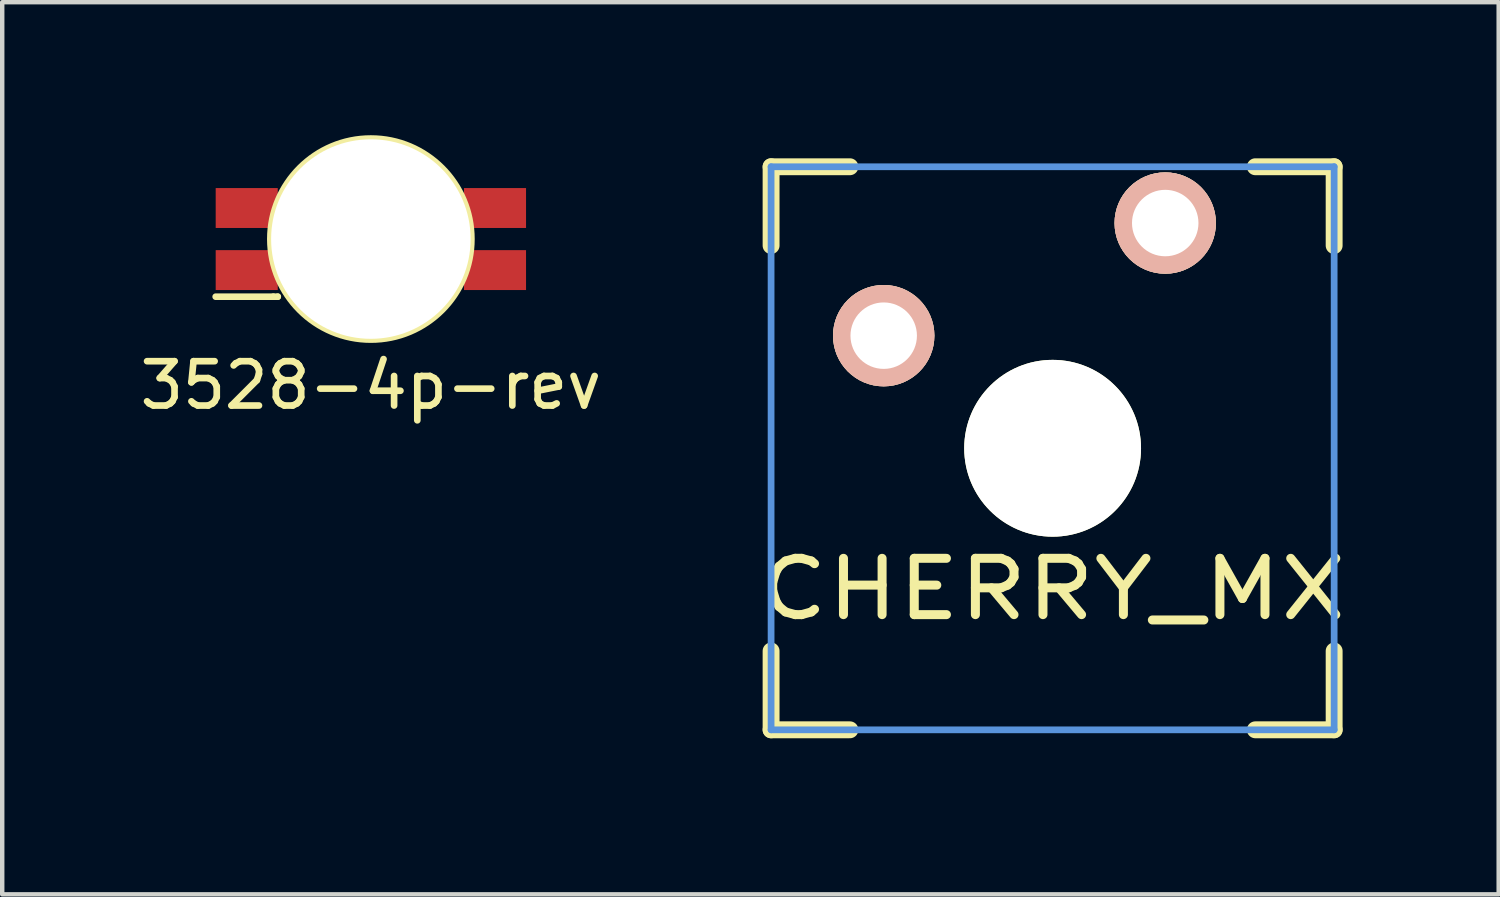
<source format=kicad_pcb>
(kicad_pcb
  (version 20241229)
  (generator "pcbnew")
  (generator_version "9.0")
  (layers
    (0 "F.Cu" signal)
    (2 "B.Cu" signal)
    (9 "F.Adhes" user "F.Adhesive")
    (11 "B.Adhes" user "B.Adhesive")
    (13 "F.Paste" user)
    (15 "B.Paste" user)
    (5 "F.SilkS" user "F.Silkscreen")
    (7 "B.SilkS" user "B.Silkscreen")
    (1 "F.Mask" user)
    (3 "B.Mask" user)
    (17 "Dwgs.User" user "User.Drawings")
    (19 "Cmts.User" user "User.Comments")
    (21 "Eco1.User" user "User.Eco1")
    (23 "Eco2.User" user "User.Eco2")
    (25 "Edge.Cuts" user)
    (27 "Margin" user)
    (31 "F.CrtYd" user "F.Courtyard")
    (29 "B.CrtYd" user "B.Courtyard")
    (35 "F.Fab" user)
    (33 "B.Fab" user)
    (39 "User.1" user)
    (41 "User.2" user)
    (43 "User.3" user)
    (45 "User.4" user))
  (footprint "CHERRY_MX"
    (layer "F.Cu")
    (at 20.692 7.061)
    (property "Reference" "CHERRY_MX" (at 0 3.175 0) (layer "F.SilkS") (effects (font (size 1.27 1.524) (thickness 0.203))))
    (attr through_hole)
    (fp_line (start -6.35 -6.35) (end -4.572 -6.35) (stroke (width 0.381) (type solid)) (layer "F.SilkS"))
    (fp_line (start -6.35 -4.572) (end -6.35 -6.35) (stroke (width 0.381) (type solid)) (layer "F.SilkS"))
    (fp_line (start -6.35 6.35) (end -6.35 4.572) (stroke (width 0.381) (type solid)) (layer "F.SilkS"))
    (fp_line (start -4.572 6.35) (end -6.35 6.35) (stroke (width 0.381) (type solid)) (layer "F.SilkS"))
    (fp_line (start 4.572 -6.35) (end 6.35 -6.35) (stroke (width 0.381) (type solid)) (layer "F.SilkS"))
    (fp_line (start 6.35 -6.35) (end 6.35 -4.572) (stroke (width 0.381) (type solid)) (layer "F.SilkS"))
    (fp_line (start 6.35 4.572) (end 6.35 6.35) (stroke (width 0.381) (type solid)) (layer "F.SilkS"))
    (fp_line (start 6.35 6.35) (end 4.572 6.35) (stroke (width 0.381) (type solid)) (layer "F.SilkS"))
    (fp_line (start -6.35 -6.35) (end 6.35 -6.35) (stroke (width 0.152) (type solid)) (layer "Cmts.User"))
    (fp_line (start -6.35 6.35) (end -6.35 -6.35) (stroke (width 0.152) (type solid)) (layer "Cmts.User"))
    (fp_line (start 6.35 -6.35) (end 6.35 6.35) (stroke (width 0.152) (type solid)) (layer "Cmts.User"))
    (fp_line (start 6.35 6.35) (end -6.35 6.35) (stroke (width 0.152) (type solid)) (layer "Cmts.User"))
    (fp_line (start -6.985 -6.985) (end 6.985 -6.985) (stroke (width 0.152) (type solid)) (layer "Eco2.User"))
    (fp_line (start -6.985 6.985) (end -6.985 -6.985) (stroke (width 0.152) (type solid)) (layer "Eco2.User"))
    (fp_line (start 6.985 -6.985) (end 6.985 6.985) (stroke (width 0.152) (type solid)) (layer "Eco2.User"))
    (fp_line (start 6.985 6.985) (end -6.985 6.985) (stroke (width 0.152) (type solid)) (layer "Eco2.User"))
    (pad "" np_thru_hole circle (at 0 0) (size 3.988 3.988) (drill 3.988) (layers "*.Cu" "*.Mask" "F.SilkS"))
    (pad "1" thru_hole circle (at 2.54 -5.08) (size 2.286 2.286) (drill 1.499) (layers "*.Cu" "*.SilkS" "*.Mask"))
    (pad "2" thru_hole circle (at -3.81 -2.54) (size 2.286 2.286) (drill 1.499) (layers "*.Cu" "*.SilkS" "*.Mask")))
  (footprint "3528-4p-rev"
    (layer "F.Cu")
    (at 5.315 2.342)
    (property "Reference" "3528-4p-rev" (at 0 3.3 0) (layer "F.SilkS") (effects (font (size 1 1) (thickness 0.15))))
    (attr through_hole)
    (fp_line (start -3.5 1.3) (end -2.2 1.3) (stroke (width 0.15) (type solid)) (layer "F.SilkS"))
    (fp_line (start -2.2 1.3) (end -2.1 1.3) (stroke (width 0.15) (type solid)) (layer "F.SilkS"))
    (fp_line (start -2.1 1.3) (end -2.1 1.3) (stroke (width 0.15) (type solid)) (layer "F.SilkS"))
    (fp_circle (center 0 0) (end 1.7 1.5) (stroke (width 0.15) (type solid)) (fill no) (layer "F.SilkS"))
    (pad "" np_thru_hole circle (at 0 0) (size 4.5 4.5) (drill 4.5) (layers "*.Cu" "*.Mask"))
    (pad "3" smd rect (at -2.8 0.7) (size 1.4 0.9) (layers "F.Cu" "F.Mask" "F.Paste"))
    (pad "4" smd rect (at -2.8 -0.7) (size 1.4 0.9) (layers "F.Cu" "F.Mask" "F.Paste"))
    (pad "5" smd rect (at 2.8 0.7) (size 1.4 0.9) (layers "F.Cu" "F.Mask" "F.Paste"))
    (pad "6" smd rect (at 2.8 -0.7) (size 1.4 0.9) (layers "F.Cu" "F.Mask" "F.Paste")))
  (gr_rect
    (start -3 -3)
    (end 30.753 17.122)
    (stroke (width 0.1) (type default))
    (fill no)
    (layer "Edge.Cuts")))
</source>
